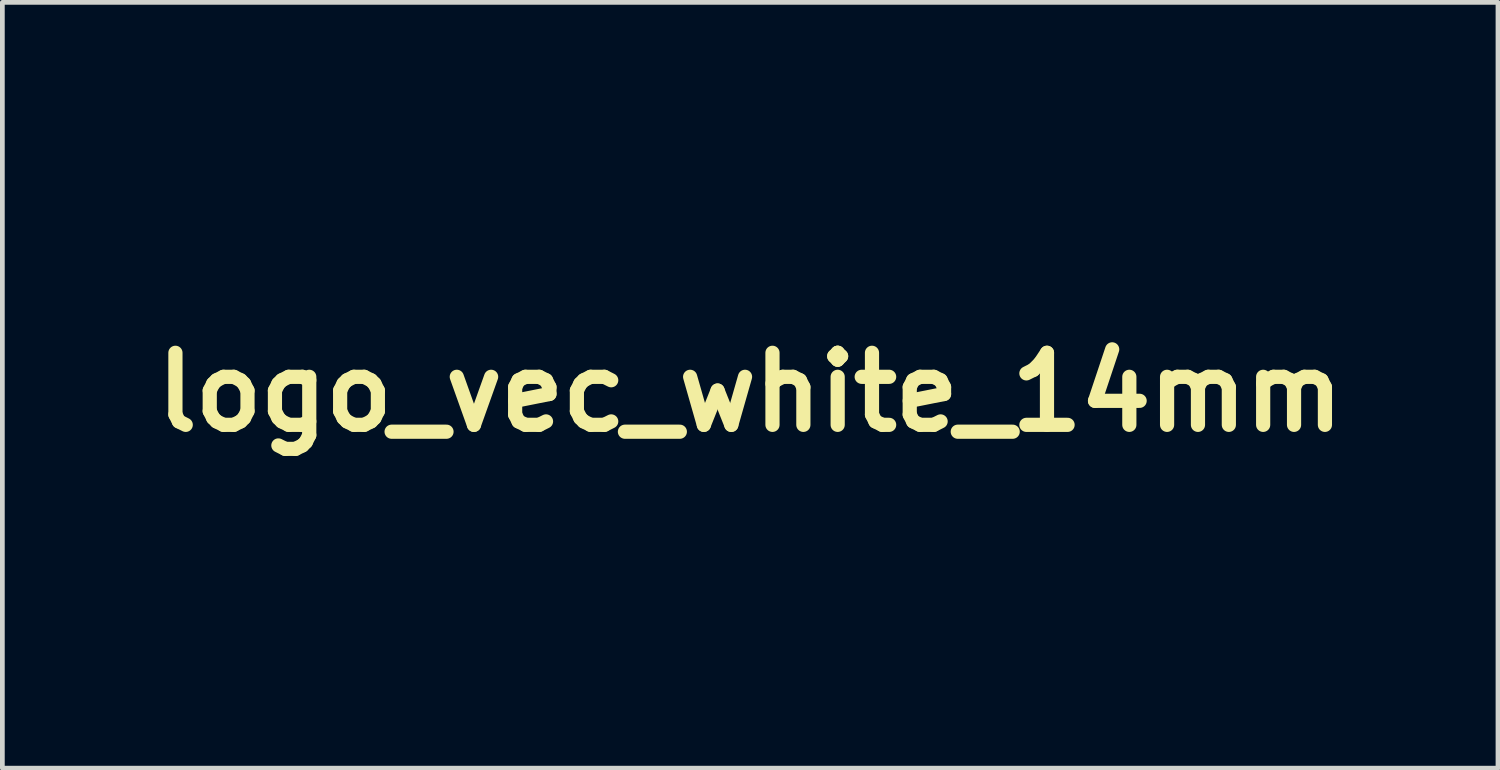
<source format=kicad_pcb>
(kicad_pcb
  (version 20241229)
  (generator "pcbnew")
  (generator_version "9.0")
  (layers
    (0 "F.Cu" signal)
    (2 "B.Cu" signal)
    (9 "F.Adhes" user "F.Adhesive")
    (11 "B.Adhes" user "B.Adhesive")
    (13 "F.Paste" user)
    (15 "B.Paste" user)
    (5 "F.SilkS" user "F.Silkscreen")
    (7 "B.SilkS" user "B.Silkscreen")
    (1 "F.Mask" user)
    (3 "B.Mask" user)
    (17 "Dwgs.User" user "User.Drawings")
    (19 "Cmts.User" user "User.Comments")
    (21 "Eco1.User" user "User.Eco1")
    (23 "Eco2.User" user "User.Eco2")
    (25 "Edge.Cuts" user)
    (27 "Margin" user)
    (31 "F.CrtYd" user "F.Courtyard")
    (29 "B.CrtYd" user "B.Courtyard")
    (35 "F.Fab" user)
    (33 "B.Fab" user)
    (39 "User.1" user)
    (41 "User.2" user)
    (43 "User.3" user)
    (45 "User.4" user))
  (footprint "logo_vec_white_14mm"
    (layer "F.Cu")
    (at 12.816 5.246)
    (property "Reference" "logo_vec_white_14mm" (at 0 0 0) (layer "F.SilkS") (effects (font (size 1.524 1.524) (thickness 0.3))))
    (attr through_hole)
    (fp_poly (pts (xy -3.21 0.424) (xy -3.188 0.452) (xy -3.212 0.497) (xy -3.287 0.562) (xy -3.39 0.631) (xy -3.496 0.689) (xy -3.581 0.718) (xy -3.595 0.72) (xy -3.633 0.687) (xy -3.633 0.65) (xy -3.588 0.569) (xy -3.499 0.495) (xy -3.391 0.439) (xy -3.287 0.412) (xy -3.21 0.424)) (stroke (width 0.01) (type solid)) (fill yes) (layer "F.Mask"))
    (fp_poly (pts (xy -1.356 -5.199) (xy -1.349 -5.194) (xy -1.306 -5.148) (xy -1.303 -5.084) (xy -1.333 -4.984) (xy -1.41 -4.796) (xy -1.492 -4.68) (xy -1.59 -4.624) (xy -1.67 -4.614) (xy -1.781 -4.63) (xy -1.836 -4.684) (xy -1.842 -4.701) (xy -1.836 -4.794) (xy -1.766 -4.922) (xy -1.628 -5.09) (xy -1.569 -5.154) (xy -1.489 -5.228) (xy -1.429 -5.241) (xy -1.356 -5.199)) (stroke (width 0.01) (type solid)) (fill yes) (layer "F.Mask"))
    (fp_poly (pts (xy -4.961 -0.091) (xy -4.903 -0.006) (xy -4.87 0.094) (xy -4.868 0.119) (xy -4.89 0.233) (xy -4.945 0.354) (xy -5.015 0.454) (xy -5.086 0.506) (xy -5.101 0.508) (xy -5.157 0.491) (xy -5.164 0.476) (xy -5.143 0.423) (xy -5.09 0.333) (xy -5.08 0.318) (xy -5.02 0.203) (xy -4.997 0.106) (xy -5.014 0.049) (xy -5.035 0.042) (xy -5.093 0.073) (xy -5.101 0.085) (xy -5.155 0.126) (xy -5.198 0.095) (xy -5.207 0.044) (xy -5.173 -0.036) (xy -5.094 -0.104) (xy -5.022 -0.127) (xy -4.961 -0.091)) (stroke (width 0.01) (type solid)) (fill yes) (layer "F.Mask"))
    (fp_poly (pts (xy -3.713 -1.499) (xy -3.736 -1.398) (xy -3.787 -1.26) (xy -3.859 -1.097) (xy -3.948 -0.922) (xy -4.047 -0.745) (xy -4.152 -0.58) (xy -4.257 -0.437) (xy -4.299 -0.387) (xy -4.419 -0.259) (xy -4.499 -0.191) (xy -4.551 -0.174) (xy -4.587 -0.202) (xy -4.59 -0.207) (xy -4.577 -0.255) (xy -4.52 -0.35) (xy -4.431 -0.472) (xy -4.406 -0.503) (xy -4.291 -0.663) (xy -4.161 -0.864) (xy -4.041 -1.071) (xy -4.004 -1.141) (xy -3.917 -1.304) (xy -3.842 -1.436) (xy -3.788 -1.522) (xy -3.77 -1.544) (xy -3.722 -1.552) (xy -3.713 -1.499)) (stroke (width 0.01) (type solid)) (fill yes) (layer "F.Mask"))
    (fp_poly (pts (xy -2.983 -2.417) (xy -2.964 -2.335) (xy -2.963 -2.306) (xy -2.98 -2.156) (xy -3.022 -2.023) (xy -3.08 -1.921) (xy -3.145 -1.863) (xy -3.206 -1.867) (xy -3.233 -1.896) (xy -3.232 -1.957) (xy -3.215 -1.992) (xy -3.186 -2.073) (xy -3.177 -2.171) (xy -3.186 -2.254) (xy -3.214 -2.286) (xy -3.321 -2.26) (xy -3.375 -2.176) (xy -3.387 -2.07) (xy -3.404 -1.954) (xy -3.444 -1.904) (xy -3.493 -1.925) (xy -3.533 -2.023) (xy -3.533 -2.025) (xy -3.537 -2.195) (xy -3.469 -2.324) (xy -3.333 -2.405) (xy -3.315 -2.41) (xy -3.144 -2.451) (xy -3.039 -2.454) (xy -2.983 -2.417)) (stroke (width 0.01) (type solid)) (fill yes) (layer "F.Mask"))
    (fp_poly (pts (xy -0.524 -1.986) (xy -0.326 -1.958) (xy -0.163 -1.9) (xy -0.149 -1.893) (xy 0.029 -1.753) (xy 0.153 -1.575) (xy 0.213 -1.378) (xy 0.203 -1.18) (xy 0.186 -1.125) (xy 0.139 -1.058) (xy 0.089 -1.064) (xy 0.052 -1.133) (xy 0.042 -1.217) (xy 0.005 -1.41) (xy -0.094 -1.579) (xy -0.239 -1.7) (xy -0.275 -1.717) (xy -0.475 -1.766) (xy -0.718 -1.773) (xy -0.973 -1.737) (xy -1.086 -1.707) (xy -1.24 -1.666) (xy -1.326 -1.664) (xy -1.352 -1.703) (xy -1.339 -1.757) (xy -1.264 -1.844) (xy -1.126 -1.913) (xy -0.943 -1.961) (xy -0.736 -1.986) (xy -0.524 -1.986)) (stroke (width 0.01) (type solid)) (fill yes) (layer "F.Mask"))
    (fp_poly (pts (xy -1.162 -4.599) (xy -1.12 -4.567) (xy -1.088 -4.525) (xy -1.081 -4.472) (xy -1.103 -4.387) (xy -1.154 -4.248) (xy -1.167 -4.218) (xy -1.232 -4.073) (xy -1.297 -3.959) (xy -1.347 -3.9) (xy -1.349 -3.899) (xy -1.501 -3.845) (xy -1.639 -3.837) (xy -1.704 -3.857) (xy -1.788 -3.939) (xy -1.861 -4.065) (xy -1.871 -4.098) (xy -1.625 -4.098) (xy -1.567 -4.069) (xy -1.496 -4.091) (xy -1.449 -4.153) (xy -1.447 -4.16) (xy -1.447 -4.209) (xy -1.489 -4.207) (xy -1.541 -4.185) (xy -1.611 -4.138) (xy -1.625 -4.098) (xy -1.871 -4.098) (xy -1.902 -4.195) (xy -1.905 -4.23) (xy -1.871 -4.308) (xy -1.789 -4.344) (xy -1.69 -4.378) (xy -1.551 -4.44) (xy -1.429 -4.502) (xy -1.296 -4.571) (xy -1.214 -4.602) (xy -1.162 -4.599)) (stroke (width 0.01) (type solid)) (fill yes) (layer "F.Mask"))
    (fp_poly (pts (xy -2.863 -4.092) (xy -2.838 -4.014) (xy -2.836 -3.981) (xy -2.821 -3.872) (xy -2.783 -3.724) (xy -2.747 -3.617) (xy -2.702 -3.482) (xy -2.691 -3.387) (xy -2.725 -3.318) (xy -2.814 -3.265) (xy -2.969 -3.216) (xy -3.133 -3.175) (xy -3.355 -3.122) (xy -3.508 -3.087) (xy -3.606 -3.068) (xy -3.662 -3.064) (xy -3.69 -3.074) (xy -3.704 -3.095) (xy -3.71 -3.111) (xy -3.703 -3.206) (xy -3.626 -3.329) (xy -3.559 -3.398) (xy -3.222 -3.398) (xy -3.113 -3.418) (xy -3.022 -3.448) (xy -2.979 -3.48) (xy -2.965 -3.54) (xy -3.004 -3.562) (xy -3.072 -3.542) (xy -3.127 -3.498) (xy -3.222 -3.398) (xy -3.559 -3.398) (xy -3.487 -3.47) (xy -3.432 -3.516) (xy -3.315 -3.628) (xy -3.189 -3.775) (xy -3.114 -3.878) (xy -3.005 -4.023) (xy -2.92 -4.095) (xy -2.863 -4.092)) (stroke (width 0.01) (type solid)) (fill yes) (layer "F.Mask"))
    (fp_poly (pts (xy 0.081 0.879) (xy 0.069 0.974) (xy 0.006 1.127) (xy -0.057 1.249) (xy -0.214 1.532) (xy -0.334 1.752) (xy -0.424 1.921) (xy -0.488 2.05) (xy -0.531 2.151) (xy -0.557 2.236) (xy -0.571 2.316) (xy -0.579 2.403) (xy -0.583 2.508) (xy -0.585 2.543) (xy -0.589 2.752) (xy -0.576 2.928) (xy -0.54 3.112) (xy -0.492 3.293) (xy -0.434 3.496) (xy -0.4 3.632) (xy -0.386 3.713) (xy -0.391 3.754) (xy -0.414 3.767) (xy -0.425 3.768) (xy -0.466 3.732) (xy -0.524 3.641) (xy -0.573 3.545) (xy -0.695 3.205) (xy -0.751 2.845) (xy -0.751 2.507) (xy -0.736 2.331) (xy -0.71 2.189) (xy -0.665 2.05) (xy -0.592 1.884) (xy -0.534 1.766) (xy -0.413 1.533) (xy -0.292 1.316) (xy -0.178 1.126) (xy -0.079 0.977) (xy -0.003 0.879) (xy 0.041 0.847) (xy 0.081 0.879)) (stroke (width 0.01) (type solid)) (fill yes) (layer "F.Mask"))
    (fp_poly (pts (xy -2.03 -5.104) (xy -2.02 -4.996) (xy -2.021 -4.932) (xy -2.032 -4.619) (xy -2.036 -4.33) (xy -2.032 -4.084) (xy -2.021 -3.896) (xy -2.012 -3.823) (xy -1.981 -3.646) (xy -2.196 -3.538) (xy -2.323 -3.473) (xy -2.397 -3.441) (xy -2.44 -3.437) (xy -2.477 -3.458) (xy -2.507 -3.482) (xy -2.574 -3.577) (xy -2.624 -3.733) (xy -2.656 -3.925) (xy -2.662 -4.046) (xy -2.445 -4.046) (xy -2.43 -3.902) (xy -2.4 -3.792) (xy -2.356 -3.737) (xy -2.336 -3.735) (xy -2.284 -3.774) (xy -2.278 -3.873) (xy -2.278 -3.875) (xy -2.286 -3.984) (xy -2.294 -4.14) (xy -2.299 -4.282) (xy -2.309 -4.446) (xy -2.327 -4.525) (xy -2.355 -4.521) (xy -2.391 -4.434) (xy -2.416 -4.35) (xy -2.441 -4.202) (xy -2.445 -4.046) (xy -2.662 -4.046) (xy -2.666 -4.13) (xy -2.653 -4.324) (xy -2.615 -4.485) (xy -2.609 -4.499) (xy -2.556 -4.592) (xy -2.468 -4.714) (xy -2.362 -4.847) (xy -2.251 -4.973) (xy -2.152 -5.075) (xy -2.079 -5.135) (xy -2.057 -5.144) (xy -2.03 -5.104)) (stroke (width 0.01) (type solid)) (fill yes) (layer "F.Mask"))
    (fp_poly (pts (xy 0.908 -4.997) (xy 0.963 -4.935) (xy 0.974 -4.904) (xy 0.944 -4.846) (xy 0.863 -4.748) (xy 0.747 -4.625) (xy 0.609 -4.492) (xy 0.465 -4.363) (xy 0.333 -4.257) (xy 0.2 -4.162) (xy 0.092 -4.105) (xy -0.024 -4.072) (xy -0.181 -4.052) (xy -0.241 -4.047) (xy -0.431 -4.03) (xy -0.616 -4.013) (xy -0.758 -3.998) (xy -0.762 -3.997) (xy -0.887 -3.99) (xy -0.959 -4.009) (xy -1.007 -4.063) (xy -1.007 -4.063) (xy -1.031 -4.12) (xy -1.023 -4.183) (xy -0.983 -4.263) (xy -0.72 -4.263) (xy -0.682 -4.248) (xy -0.582 -4.244) (xy -0.443 -4.25) (xy -0.286 -4.263) (xy -0.134 -4.283) (xy -0.009 -4.306) (xy 0.064 -4.329) (xy 0.145 -4.383) (xy 0.255 -4.469) (xy 0.307 -4.515) (xy 0.466 -4.657) (xy 0.244 -4.656) (xy -0.02 -4.637) (xy -0.264 -4.586) (xy -0.467 -4.508) (xy -0.596 -4.421) (xy -0.674 -4.337) (xy -0.717 -4.274) (xy -0.72 -4.263) (xy -0.983 -4.263) (xy -0.978 -4.273) (xy -0.908 -4.381) (xy -0.767 -4.558) (xy -0.6 -4.688) (xy -0.393 -4.779) (xy -0.13 -4.837) (xy 0.111 -4.865) (xy 0.35 -4.892) (xy 0.548 -4.929) (xy 0.683 -4.973) (xy 0.686 -4.975) (xy 0.796 -5.021) (xy 0.865 -5.023) (xy 0.908 -4.997)) (stroke (width 0.01) (type solid)) (fill yes) (layer "F.Mask"))
    (fp_poly (pts (xy 1.949 -4.862) (xy 2.185 -4.849) (xy 2.38 -4.824) (xy 2.571 -4.78) (xy 2.798 -4.71) (xy 2.828 -4.7) (xy 3.02 -4.633) (xy 3.145 -4.584) (xy 3.216 -4.544) (xy 3.247 -4.507) (xy 3.252 -4.462) (xy 3.251 -4.452) (xy 3.211 -4.367) (xy 3.105 -4.306) (xy 3.087 -4.3) (xy 2.987 -4.255) (xy 2.841 -4.174) (xy 2.671 -4.071) (xy 2.56 -3.999) (xy 2.236 -3.802) (xy 1.947 -3.672) (xy 1.681 -3.606) (xy 1.425 -3.604) (xy 1.166 -3.663) (xy 0.923 -3.766) (xy 0.765 -3.847) (xy 0.632 -3.923) (xy 0.545 -3.98) (xy 0.531 -3.992) (xy 0.48 -4.071) (xy 0.478 -4.087) (xy 0.803 -4.087) (xy 1.068 -3.95) (xy 1.268 -3.861) (xy 1.438 -3.82) (xy 1.612 -3.828) (xy 1.824 -3.879) (xy 1.849 -3.887) (xy 1.996 -3.946) (xy 2.18 -4.039) (xy 2.372 -4.151) (xy 2.453 -4.203) (xy 2.811 -4.442) (xy 2.652 -4.509) (xy 2.409 -4.586) (xy 2.131 -4.636) (xy 1.848 -4.656) (xy 1.59 -4.644) (xy 1.441 -4.615) (xy 1.333 -4.561) (xy 1.194 -4.46) (xy 1.049 -4.33) (xy 0.803 -4.087) (xy 0.478 -4.087) (xy 0.468 -4.146) (xy 0.497 -4.189) (xy 0.51 -4.191) (xy 0.558 -4.218) (xy 0.651 -4.293) (xy 0.774 -4.401) (xy 0.864 -4.484) (xy 1.039 -4.641) (xy 1.19 -4.75) (xy 1.339 -4.819) (xy 1.509 -4.855) (xy 1.723 -4.866) (xy 1.949 -4.862)) (stroke (width 0.01) (type solid)) (fill yes) (layer "F.Mask"))
    (fp_poly (pts (xy 3.424 -4.07) (xy 3.623 -3.977) (xy 3.794 -3.843) (xy 3.828 -3.806) (xy 3.91 -3.689) (xy 4.001 -3.529) (xy 4.089 -3.35) (xy 4.165 -3.175) (xy 4.216 -3.027) (xy 4.233 -2.937) (xy 4.226 -2.879) (xy 4.192 -2.849) (xy 4.109 -2.838) (xy 4.003 -2.836) (xy 3.852 -2.831) (xy 3.722 -2.808) (xy 3.591 -2.76) (xy 3.438 -2.679) (xy 3.24 -2.557) (xy 3.217 -2.543) (xy 2.99 -2.41) (xy 2.802 -2.335) (xy 2.637 -2.312) (xy 2.475 -2.339) (xy 2.441 -2.35) (xy 2.333 -2.393) (xy 2.241 -2.45) (xy 2.15 -2.534) (xy 2.046 -2.658) (xy 1.916 -2.837) (xy 1.875 -2.895) (xy 1.756 -3.071) (xy 1.708 -3.165) (xy 1.99 -3.165) (xy 2.015 -3.104) (xy 2.08 -3.001) (xy 2.169 -2.877) (xy 2.266 -2.754) (xy 2.355 -2.653) (xy 2.42 -2.596) (xy 2.422 -2.595) (xy 2.569 -2.549) (xy 2.748 -2.568) (xy 2.964 -2.654) (xy 3.19 -2.787) (xy 3.453 -2.944) (xy 3.678 -3.045) (xy 3.855 -3.089) (xy 3.884 -3.09) (xy 3.919 -3.092) (xy 3.931 -3.11) (xy 3.917 -3.161) (xy 3.875 -3.261) (xy 3.835 -3.35) (xy 3.708 -3.575) (xy 3.558 -3.739) (xy 3.395 -3.836) (xy 3.229 -3.859) (xy 3.108 -3.826) (xy 3.012 -3.773) (xy 2.876 -3.688) (xy 2.728 -3.588) (xy 2.719 -3.582) (xy 2.55 -3.472) (xy 2.367 -3.368) (xy 2.223 -3.296) (xy 2.099 -3.238) (xy 2.015 -3.189) (xy 1.99 -3.165) (xy 1.708 -3.165) (xy 1.692 -3.196) (xy 1.683 -3.281) (xy 1.731 -3.343) (xy 1.837 -3.395) (xy 1.932 -3.428) (xy 2.124 -3.503) (xy 2.34 -3.614) (xy 2.593 -3.767) (xy 2.828 -3.924) (xy 3.031 -4.046) (xy 3.186 -4.101) (xy 3.231 -4.105) (xy 3.424 -4.07)) (stroke (width 0.01) (type solid)) (fill yes) (layer "F.Mask"))
    (fp_poly (pts (xy 4.111 -2.597) (xy 4.182 -2.566) (xy 4.332 -2.461) (xy 4.451 -2.313) (xy 4.544 -2.11) (xy 4.617 -1.841) (xy 4.653 -1.651) (xy 4.691 -1.455) (xy 4.742 -1.236) (xy 4.781 -1.088) (xy 4.829 -0.884) (xy 4.834 -0.751) (xy 4.792 -0.684) (xy 4.701 -0.681) (xy 4.557 -0.735) (xy 4.526 -0.751) (xy 4.311 -0.816) (xy 4.057 -0.814) (xy 3.778 -0.745) (xy 3.626 -0.684) (xy 3.331 -0.579) (xy 3.069 -0.553) (xy 2.839 -0.604) (xy 2.806 -0.62) (xy 2.654 -0.716) (xy 2.527 -0.834) (xy 2.448 -0.952) (xy 2.436 -0.991) (xy 2.423 -1.084) (xy 2.406 -1.236) (xy 2.389 -1.421) (xy 2.373 -1.612) (xy 2.36 -1.785) (xy 2.356 -1.863) (xy 2.587 -1.863) (xy 2.611 -1.556) (xy 2.631 -1.32) (xy 2.654 -1.152) (xy 2.684 -1.037) (xy 2.728 -0.959) (xy 2.791 -0.901) (xy 2.859 -0.858) (xy 2.973 -0.801) (xy 3.074 -0.773) (xy 3.184 -0.777) (xy 3.323 -0.813) (xy 3.511 -0.884) (xy 3.587 -0.915) (xy 3.77 -0.988) (xy 3.904 -1.032) (xy 4.02 -1.052) (xy 4.145 -1.053) (xy 4.263 -1.046) (xy 4.567 -1.023) (xy 4.529 -1.124) (xy 4.505 -1.21) (xy 4.472 -1.355) (xy 4.438 -1.532) (xy 4.423 -1.614) (xy 4.354 -1.925) (xy 4.269 -2.154) (xy 4.162 -2.305) (xy 4.03 -2.379) (xy 3.869 -2.378) (xy 3.676 -2.306) (xy 3.478 -2.186) (xy 3.23 -2.027) (xy 3.025 -1.925) (xy 2.849 -1.873) (xy 2.734 -1.863) (xy 2.587 -1.863) (xy 2.356 -1.863) (xy 2.354 -1.905) (xy 2.359 -2.005) (xy 2.395 -2.049) (xy 2.477 -2.064) (xy 2.694 -2.087) (xy 2.862 -2.121) (xy 3.009 -2.175) (xy 3.169 -2.261) (xy 3.322 -2.357) (xy 3.573 -2.505) (xy 3.78 -2.592) (xy 3.955 -2.622) (xy 4.111 -2.597)) (stroke (width 0.01) (type solid)) (fill yes) (layer "F.Mask"))
    (fp_poly (pts (xy 4.508 -0.524) (xy 4.703 -0.385) (xy 4.857 -0.173) (xy 4.897 -0.089) (xy 4.974 0.086) (xy 5.055 0.271) (xy 5.093 0.359) (xy 5.173 0.504) (xy 5.286 0.669) (xy 5.389 0.796) (xy 5.519 0.964) (xy 5.576 1.093) (xy 5.561 1.18) (xy 5.478 1.22) (xy 5.329 1.21) (xy 5.176 1.167) (xy 5.027 1.124) (xy 4.89 1.105) (xy 4.751 1.115) (xy 4.599 1.156) (xy 4.422 1.234) (xy 4.207 1.351) (xy 3.943 1.512) (xy 3.771 1.622) (xy 3.581 1.742) (xy 3.443 1.822) (xy 3.339 1.871) (xy 3.248 1.896) (xy 3.154 1.904) (xy 3.096 1.905) (xy 2.968 1.901) (xy 2.878 1.881) (xy 2.798 1.829) (xy 2.697 1.733) (xy 2.665 1.699) (xy 2.558 1.577) (xy 2.478 1.451) (xy 2.421 1.306) (xy 2.383 1.13) (xy 2.362 0.906) (xy 2.353 0.622) (xy 2.353 0.395) (xy 2.355 0.165) (xy 2.582 0.165) (xy 2.583 0.366) (xy 2.587 0.58) (xy 2.594 0.789) (xy 2.605 0.976) (xy 2.618 1.121) (xy 2.629 1.186) (xy 2.702 1.392) (xy 2.825 1.553) (xy 2.921 1.634) (xy 3.018 1.678) (xy 3.127 1.682) (xy 3.262 1.643) (xy 3.434 1.558) (xy 3.656 1.426) (xy 3.767 1.355) (xy 4.038 1.184) (xy 4.254 1.058) (xy 4.43 0.969) (xy 4.579 0.913) (xy 4.716 0.882) (xy 4.853 0.871) (xy 4.875 0.871) (xy 5.114 0.869) (xy 5.037 0.761) (xy 4.987 0.675) (xy 4.918 0.533) (xy 4.841 0.361) (xy 4.804 0.274) (xy 4.703 0.043) (xy 4.613 -0.121) (xy 4.522 -0.231) (xy 4.42 -0.303) (xy 4.309 -0.346) (xy 4.219 -0.368) (xy 4.133 -0.372) (xy 4.032 -0.354) (xy 3.899 -0.31) (xy 3.715 -0.235) (xy 3.619 -0.195) (xy 3.313 -0.103) (xy 3.02 -0.095) (xy 2.803 -0.145) (xy 2.693 -0.177) (xy 2.619 -0.185) (xy 2.607 -0.18) (xy 2.594 -0.126) (xy 2.586 -0.005) (xy 2.582 0.165) (xy 2.355 0.165) (xy 2.355 0.138) (xy 2.362 -0.049) (xy 2.373 -0.181) (xy 2.391 -0.272) (xy 2.417 -0.337) (xy 2.431 -0.36) (xy 2.482 -0.423) (xy 2.545 -0.452) (xy 2.637 -0.449) (xy 2.775 -0.412) (xy 2.932 -0.358) (xy 3.048 -0.324) (xy 3.157 -0.312) (xy 3.276 -0.327) (xy 3.427 -0.371) (xy 3.627 -0.448) (xy 3.722 -0.488) (xy 4.014 -0.577) (xy 4.277 -0.588) (xy 4.508 -0.524)) (stroke (width 0.01) (type solid)) (fill yes) (layer "F.Mask"))
    (fp_poly (pts (xy -0.033 -3.785) (xy 0.147 -3.778) (xy 0.287 -3.762) (xy 0.411 -3.735) (xy 0.54 -3.693) (xy 0.554 -3.688) (xy 0.95 -3.501) (xy 1.307 -3.244) (xy 1.617 -2.924) (xy 1.874 -2.55) (xy 2.072 -2.129) (xy 2.163 -1.841) (xy 2.191 -1.726) (xy 2.212 -1.621) (xy 2.226 -1.512) (xy 2.234 -1.384) (xy 2.236 -1.224) (xy 2.232 -1.016) (xy 2.223 -0.747) (xy 2.216 -0.55) (xy 2.203 -0.14) (xy 2.194 0.197) (xy 2.191 0.473) (xy 2.194 0.7) (xy 2.203 0.889) (xy 2.22 1.052) (xy 2.243 1.2) (xy 2.275 1.346) (xy 2.282 1.376) (xy 2.317 1.535) (xy 2.337 1.661) (xy 2.339 1.734) (xy 2.336 1.742) (xy 2.281 1.765) (xy 2.171 1.796) (xy 2.082 1.816) (xy 1.763 1.911) (xy 1.473 2.058) (xy 1.208 2.262) (xy 0.964 2.528) (xy 0.738 2.859) (xy 0.526 3.262) (xy 0.325 3.739) (xy 0.132 4.296) (xy 0.105 4.381) (xy 0.041 4.577) (xy -0.018 4.744) (xy -0.067 4.863) (xy -0.099 4.919) (xy -0.101 4.921) (xy -0.168 4.937) (xy -0.291 4.945) (xy -0.439 4.946) (xy -0.584 4.939) (xy -0.697 4.925) (xy -0.699 4.924) (xy -0.961 4.848) (xy -1.184 4.751) (xy -1.334 4.651) (xy -1.559 4.397) (xy -1.723 4.086) (xy -1.824 3.72) (xy -1.862 3.302) (xy -1.863 3.258) (xy -1.844 2.932) (xy -1.786 2.605) (xy -1.684 2.267) (xy -1.533 1.905) (xy -1.331 1.51) (xy -1.073 1.069) (xy -1.013 0.974) (xy -0.843 0.695) (xy -0.718 0.469) (xy -0.633 0.281) (xy -0.58 0.115) (xy -0.555 -0.042) (xy -0.55 -0.16) (xy -0.58 -0.415) (xy -0.67 -0.611) (xy -0.822 -0.752) (xy -0.864 -0.776) (xy -0.982 -0.827) (xy -1.08 -0.834) (xy -1.192 -0.807) (xy -1.312 -0.751) (xy -1.397 -0.658) (xy -1.457 -0.511) (xy -1.499 -0.295) (xy -1.499 -0.292) (xy -1.538 -0.144) (xy -1.608 0.026) (xy -1.663 0.129) (xy -1.831 0.342) (xy -2.036 0.479) (xy -2.283 0.544) (xy -2.409 0.55) (xy -2.646 0.55) (xy -3.048 0.912) (xy -3.213 1.062) (xy -3.326 1.17) (xy -3.398 1.252) (xy -3.44 1.323) (xy -3.462 1.399) (xy -3.475 1.494) (xy -3.477 1.513) (xy -3.504 1.671) (xy -3.551 1.778) (xy -3.63 1.865) (xy -3.793 1.961) (xy -3.996 2.011) (xy -4.205 2.008) (xy -4.337 1.972) (xy -4.469 1.893) (xy -4.541 1.781) (xy -4.559 1.622) (xy -4.541 1.465) (xy -4.534 1.418) (xy -4.342 1.418) (xy -4.339 1.443) (xy -4.311 1.397) (xy -4.301 1.376) (xy -4.249 1.236) (xy -4.214 1.111) (xy -4.204 1.013) (xy -4.225 0.974) (xy -4.226 0.974) (xy -4.258 1.011) (xy -4.287 1.106) (xy -4.296 1.154) (xy -4.318 1.288) (xy -4.338 1.398) (xy -4.342 1.418) (xy -4.534 1.418) (xy -4.521 1.337) (xy -4.512 1.251) (xy -4.514 1.228) (xy -4.555 1.248) (xy -4.646 1.301) (xy -4.739 1.357) (xy -4.961 1.471) (xy -5.14 1.513) (xy -5.278 1.482) (xy -5.376 1.378) (xy -5.435 1.2) (xy -5.442 1.157) (xy -5.477 1.013) (xy -5.532 0.892) (xy -5.557 0.858) (xy -5.595 0.809) (xy -5.619 0.752) (xy -5.629 0.668) (xy -5.628 0.538) (xy -5.625 0.479) (xy -5.406 0.479) (xy -5.404 0.592) (xy -5.384 0.671) (xy -5.343 0.741) (xy -5.335 0.752) (xy -5.269 0.876) (xy -5.226 1.022) (xy -5.223 1.039) (xy -5.204 1.16) (xy -5.186 1.25) (xy -5.183 1.262) (xy -5.139 1.277) (xy -5.044 1.248) (xy -4.91 1.181) (xy -4.753 1.086) (xy -4.586 0.97) (xy -4.431 0.846) (xy -4.307 0.745) (xy -4.205 0.67) (xy -4.143 0.636) (xy -4.138 0.635) (xy -4.051 0.672) (xy -3.976 0.761) (xy -3.938 0.873) (xy -3.937 0.894) (xy -3.95 0.987) (xy -3.985 1.135) (xy -4.035 1.312) (xy -4.092 1.494) (xy -4.149 1.655) (xy -4.169 1.704) (xy -4.176 1.757) (xy -4.124 1.776) (xy -4.079 1.777) (xy -3.931 1.769) (xy -3.829 1.737) (xy -3.763 1.667) (xy -3.722 1.546) (xy -3.695 1.358) (xy -3.686 1.27) (xy -3.67 1.121) (xy -3.649 1.037) (xy -3.617 1.001) (xy -3.573 0.993) (xy -3.504 0.966) (xy -3.393 0.892) (xy -3.255 0.785) (xy -3.161 0.704) (xy -2.839 0.415) (xy -2.932 0.253) (xy -2.99 0.13) (xy -2.993 0.068) (xy -2.943 0.068) (xy -2.843 0.136) (xy -2.839 0.139) (xy -2.629 0.273) (xy -2.419 0.328) (xy -2.22 0.31) (xy -2.043 0.225) (xy -1.897 0.079) (xy -1.792 -0.122) (xy -1.74 -0.374) (xy -1.736 -0.477) (xy -1.771 -0.749) (xy -1.876 -0.973) (xy -2.052 -1.151) (xy -2.177 -1.229) (xy -2.378 -1.333) (xy -2.354 -1.542) (xy -2.333 -1.671) (xy -2.305 -1.766) (xy -2.291 -1.79) (xy -2.231 -1.813) (xy -2.183 -1.765) (xy -2.16 -1.658) (xy -2.159 -1.628) (xy -2.143 -1.515) (xy -2.078 -1.445) (xy -2.037 -1.421) (xy -1.942 -1.354) (xy -1.83 -1.252) (xy -1.719 -1.134) (xy -1.627 -1.019) (xy -1.573 -0.93) (xy -1.566 -0.901) (xy -1.55 -0.871) (xy -1.494 -0.899) (xy -1.456 -0.927) (xy -1.268 -1.026) (xy -1.062 -1.054) (xy -0.854 -1.015) (xy -0.66 -0.916) (xy -0.497 -0.762) (xy -0.378 -0.561) (xy -0.363 -0.52) (xy -0.315 -0.349) (xy -0.294 -0.187) (xy -0.303 -0.02) (xy -0.345 0.161) (xy -0.425 0.369) (xy -0.545 0.615) (xy -0.709 0.91) (xy -0.85 1.148) (xy -0.999 1.403) (xy -1.141 1.657) (xy -1.267 1.893) (xy -1.369 2.094) (xy -1.436 2.242) (xy -1.442 2.257) (xy -1.564 2.655) (xy -1.627 3.049) (xy -1.63 3.427) (xy -1.576 3.78) (xy -1.466 4.093) (xy -1.301 4.358) (xy -1.227 4.439) (xy -1.043 4.569) (xy -0.8 4.656) (xy -0.517 4.694) (xy -0.466 4.695) (xy -0.233 4.697) (xy -0.091 4.243) (xy 0.111 3.656) (xy 0.326 3.149) (xy 0.556 2.719) (xy 0.804 2.362) (xy 1.072 2.075) (xy 1.364 1.854) (xy 1.682 1.696) (xy 1.81 1.651) (xy 1.947 1.6) (xy 2.032 1.549) (xy 2.053 1.518) (xy 2.046 1.452) (xy 2.029 1.326) (xy 2.004 1.161) (xy 1.992 1.085) (xy 1.973 0.945) (xy 1.96 0.805) (xy 1.953 0.65) (xy 1.954 0.464) (xy 1.961 0.233) (xy 1.975 -0.059) (xy 1.985 -0.256) (xy 1.999 -0.546) (xy 2.01 -0.821) (xy 2.016 -1.064) (xy 2.017 -1.259) (xy 2.013 -1.392) (xy 2.01 -1.426) (xy 1.96 -1.683) (xy 1.883 -1.957) (xy 1.788 -2.218) (xy 1.685 -2.438) (xy 1.632 -2.527) (xy 1.342 -2.892) (xy 1.02 -3.179) (xy 0.666 -3.389) (xy 0.277 -3.52) (xy -0.146 -3.575) (xy -0.566 -3.558) (xy -0.845 -3.522) (xy -1.088 -3.475) (xy -1.32 -3.41) (xy -1.564 -3.321) (xy -1.843 -3.2) (xy -2.04 -3.108) (xy -2.419 -2.94) (xy -2.769 -2.81) (xy -3.128 -2.705) (xy -3.161 -2.697) (xy -3.381 -2.641) (xy -3.532 -2.6) (xy -3.628 -2.566) (xy -3.681 -2.534) (xy -3.706 -2.496) (xy -3.715 -2.448) (xy -3.716 -2.434) (xy -3.739 -2.309) (xy -3.776 -2.189) (xy -3.819 -2.102) (xy -3.851 -2.074) (xy -3.88 -2.038) (xy -3.918 -1.945) (xy -3.935 -1.894) (xy -4.008 -1.688) (xy -4.113 -1.445) (xy -4.234 -1.198) (xy -4.355 -0.981) (xy -4.405 -0.903) (xy -4.582 -0.663) (xy -4.755 -0.485) (xy -4.946 -0.348) (xy -5.047 -0.293) (xy -5.179 -0.217) (xy -5.282 -0.143) (xy -5.327 -0.095) (xy -5.349 -0.019) (xy -5.372 0.115) (xy -5.391 0.28) (xy -5.394 0.306) (xy -5.406 0.479) (xy -5.625 0.479) (xy -5.618 0.345) (xy -5.616 0.317) (xy -5.596 0.074) (xy -5.565 -0.102) (xy -5.514 -0.23) (xy -5.433 -0.326) (xy -5.313 -0.409) (xy -5.207 -0.466) (xy -5.002 -0.593) (xy -4.815 -0.762) (xy -4.64 -0.981) (xy -4.473 -1.257) (xy -4.308 -1.599) (xy -4.139 -2.015) (xy -4.086 -2.159) (xy -4.012 -2.35) (xy -3.936 -2.519) (xy -3.87 -2.646) (xy -3.832 -2.702) (xy -3.76 -2.754) (xy -3.641 -2.806) (xy -3.463 -2.862) (xy -3.219 -2.924) (xy -2.927 -3.002) (xy -2.657 -3.093) (xy -2.374 -3.21) (xy -2.13 -3.325) (xy -1.764 -3.493) (xy -1.444 -3.616) (xy -1.146 -3.702) (xy -0.846 -3.755) (xy -0.52 -3.781) (xy -0.275 -3.786) (xy -0.033 -3.785)) (stroke (width 0.01) (type solid)) (fill yes) (layer "F.Mask")))
  (gr_rect
    (start -3 -3)
    (end 28.632 13.197)
    (stroke (width 0.1) (type default))
    (fill no)
    (layer "Edge.Cuts")))
</source>
